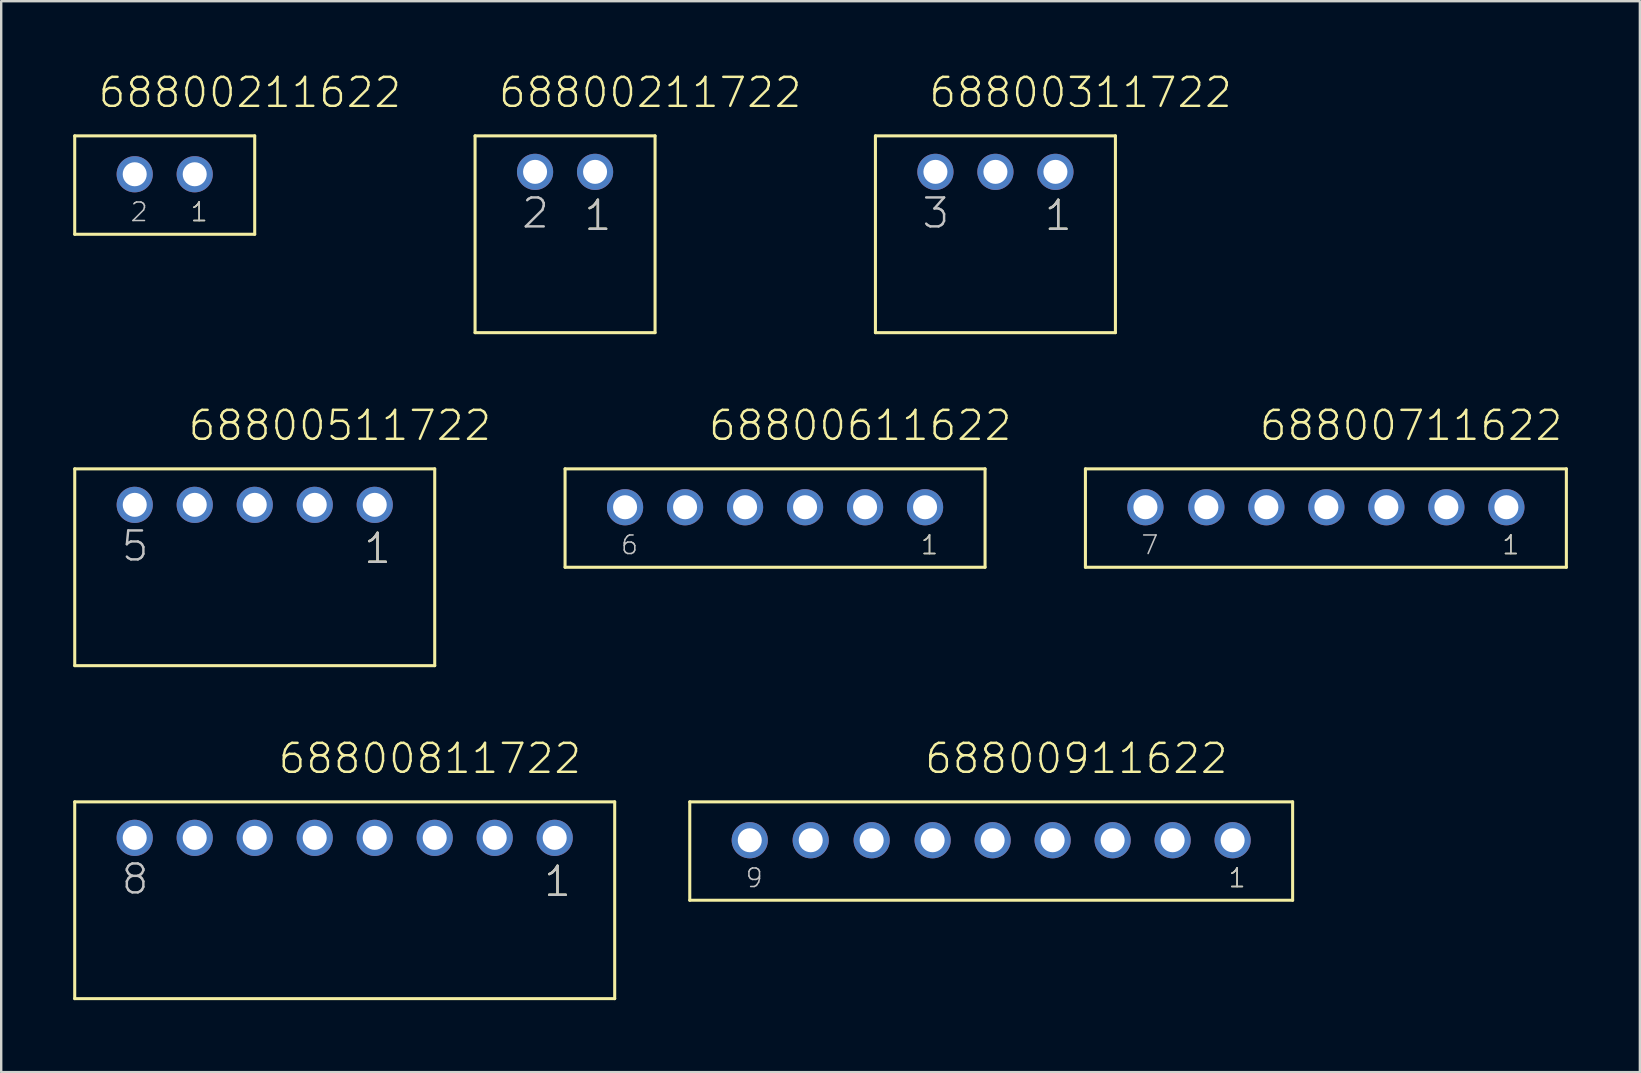
<source format=kicad_pcb>
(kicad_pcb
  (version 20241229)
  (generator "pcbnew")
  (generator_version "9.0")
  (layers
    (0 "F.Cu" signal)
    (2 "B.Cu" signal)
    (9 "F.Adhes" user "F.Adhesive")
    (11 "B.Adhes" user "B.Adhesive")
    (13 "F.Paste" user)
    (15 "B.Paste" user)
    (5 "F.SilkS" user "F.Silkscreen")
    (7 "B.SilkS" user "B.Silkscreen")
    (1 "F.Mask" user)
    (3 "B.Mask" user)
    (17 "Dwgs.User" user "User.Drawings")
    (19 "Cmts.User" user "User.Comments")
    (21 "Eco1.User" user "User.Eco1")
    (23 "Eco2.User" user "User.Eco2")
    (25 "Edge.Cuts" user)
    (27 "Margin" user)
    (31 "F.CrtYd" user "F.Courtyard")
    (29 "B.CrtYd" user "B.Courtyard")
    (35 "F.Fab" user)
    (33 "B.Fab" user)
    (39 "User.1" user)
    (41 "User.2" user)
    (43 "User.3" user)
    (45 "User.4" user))
  (footprint "68800711622"
    (layer "F.Cu")
    (at 52.197 18.086)
    (property "Reference" "68800711622" (at -2.835 -2.7 0) (layer "F.SilkS") (effects (font (size 1.206 1.206) (thickness 0.102)) (justify left bottom)))
    (attr through_hole)
    (fp_line (start -10.02 -1.6) (end 10.02 -1.6) (stroke (width 0.127) (type solid)) (layer "F.SilkS"))
    (fp_line (start -10.02 2.5) (end -10.02 -1.6) (stroke (width 0.127) (type solid)) (layer "F.SilkS"))
    (fp_line (start 10.02 -1.6) (end 10.02 2.5) (stroke (width 0.127) (type solid)) (layer "F.SilkS"))
    (fp_line (start 10.02 2.5) (end -10.02 2.5) (stroke (width 0.127) (type solid)) (layer "F.SilkS"))
    (fp_text user "1" (at 7.295 2.025 0) (layer "F.SilkS") (effects (font (size 0.772 0.772) (thickness 0.065)) (justify left bottom)))
    (fp_text user "7" (at -7.745 2.025 0) (layer "Dwgs.User") (effects (font (size 0.772 0.772) (thickness 0.065)) (justify left bottom)))
    (fp_text user "1" (at 7.295 2.025 0) (layer "Dwgs.User") (effects (font (size 0.772 0.772) (thickness 0.065)) (justify left bottom)))
    (pad "1" thru_hole circle (at 7.52 0) (size 1.508 1.508) (drill 1) (layers "*.Cu" "*.Mask"))
    (pad "2" thru_hole circle (at 5.02 0) (size 1.508 1.508) (drill 1) (layers "*.Cu" "*.Mask"))
    (pad "3" thru_hole circle (at 2.52 0) (size 1.508 1.508) (drill 1) (layers "*.Cu" "*.Mask"))
    (pad "4" thru_hole circle (at 0.02 0) (size 1.508 1.508) (drill 1) (layers "*.Cu" "*.Mask"))
    (pad "5" thru_hole circle (at -2.48 0) (size 1.508 1.508) (drill 1) (layers "*.Cu" "*.Mask"))
    (pad "6" thru_hole circle (at -4.98 0) (size 1.508 1.508) (drill 1) (layers "*.Cu" "*.Mask"))
    (pad "7" thru_hole circle (at -7.52 0) (size 1.508 1.508) (drill 1) (layers "*.Cu" "*.Mask")))
  (footprint "68800811722"
    (layer "F.Cu")
    (at 11.313 31.861)
    (property "Reference" "68800811722" (at -2.835 -2.6 0) (layer "F.SilkS") (effects (font (size 1.206 1.206) (thickness 0.102)) (justify left bottom)))
    (attr through_hole)
    (fp_line (start -11.25 -1.5) (end 11.25 -1.5) (stroke (width 0.127) (type solid)) (layer "F.SilkS"))
    (fp_line (start -11.25 6.7) (end -11.25 -1.5) (stroke (width 0.127) (type solid)) (layer "F.SilkS"))
    (fp_line (start 11.25 -1.5) (end 11.25 6.7) (stroke (width 0.127) (type solid)) (layer "F.SilkS"))
    (fp_line (start 11.25 6.7) (end -11.25 6.7) (stroke (width 0.127) (type solid)) (layer "F.SilkS"))
    (fp_text user "1" (at 8.225 2.525 0) (layer "F.SilkS") (effects (font (size 1.206 1.206) (thickness 0.102)) (justify left bottom)))
    (fp_text user "1" (at 8.225 2.525 0) (layer "Dwgs.User") (effects (font (size 1.206 1.206) (thickness 0.102)) (justify left bottom)))
    (fp_text user "8" (at -9.375 2.425 0) (layer "Dwgs.User") (effects (font (size 1.206 1.206) (thickness 0.102)) (justify left bottom)))
    (pad "1" thru_hole circle (at 8.75 0) (size 1.508 1.508) (drill 1) (layers "*.Cu" "*.Mask"))
    (pad "2" thru_hole circle (at 6.25 0) (size 1.508 1.508) (drill 1) (layers "*.Cu" "*.Mask"))
    (pad "3" thru_hole circle (at 3.75 0) (size 1.508 1.508) (drill 1) (layers "*.Cu" "*.Mask"))
    (pad "4" thru_hole circle (at 1.25 0) (size 1.508 1.508) (drill 1) (layers "*.Cu" "*.Mask"))
    (pad "5" thru_hole circle (at -1.25 0) (size 1.508 1.508) (drill 1) (layers "*.Cu" "*.Mask"))
    (pad "6" thru_hole circle (at -3.75 0) (size 1.508 1.508) (drill 1) (layers "*.Cu" "*.Mask"))
    (pad "7" thru_hole circle (at -6.25 0) (size 1.508 1.508) (drill 1) (layers "*.Cu" "*.Mask"))
    (pad "8" thru_hole circle (at -8.75 0) (size 1.508 1.508) (drill 1) (layers "*.Cu" "*.Mask")))
  (footprint "68800311722"
    (layer "F.Cu")
    (at 38.427 4.111)
    (property "Reference" "68800311722" (at -2.835 -2.6 0) (layer "F.SilkS") (effects (font (size 1.206 1.206) (thickness 0.102)) (justify left bottom)))
    (attr through_hole)
    (fp_line (start -5 -1.5) (end 5 -1.5) (stroke (width 0.127) (type solid)) (layer "F.SilkS"))
    (fp_line (start -5 6.7) (end -5 -1.5) (stroke (width 0.127) (type solid)) (layer "F.SilkS"))
    (fp_line (start 5 -1.5) (end 5 6.7) (stroke (width 0.127) (type solid)) (layer "F.SilkS"))
    (fp_line (start 5 6.7) (end -5 6.7) (stroke (width 0.127) (type solid)) (layer "F.SilkS"))
    (fp_text user "1" (at 1.975 2.525 0) (layer "F.SilkS") (effects (font (size 1.206 1.206) (thickness 0.102)) (justify left bottom)))
    (fp_text user "1" (at 1.975 2.525 0) (layer "Dwgs.User") (effects (font (size 1.206 1.206) (thickness 0.102)) (justify left bottom)))
    (fp_text user "3" (at -3.125 2.425 0) (layer "Dwgs.User") (effects (font (size 1.206 1.206) (thickness 0.102)) (justify left bottom)))
    (pad "1" thru_hole circle (at 2.5 0) (size 1.508 1.508) (drill 1) (layers "*.Cu" "*.Mask"))
    (pad "2" thru_hole circle (at 0 0) (size 1.508 1.508) (drill 1) (layers "*.Cu" "*.Mask"))
    (pad "3" thru_hole circle (at -2.5 0) (size 1.508 1.508) (drill 1) (layers "*.Cu" "*.Mask")))
  (footprint "68800511722"
    (layer "F.Cu")
    (at 7.564 17.986)
    (property "Reference" "68800511722" (at -2.835 -2.6 0) (layer "F.SilkS") (effects (font (size 1.206 1.206) (thickness 0.102)) (justify left bottom)))
    (attr through_hole)
    (fp_line (start -7.5 -1.5) (end 7.5 -1.5) (stroke (width 0.127) (type solid)) (layer "F.SilkS"))
    (fp_line (start -7.5 6.7) (end -7.5 -1.5) (stroke (width 0.127) (type solid)) (layer "F.SilkS"))
    (fp_line (start 7.5 -1.5) (end 7.5 6.7) (stroke (width 0.127) (type solid)) (layer "F.SilkS"))
    (fp_line (start 7.5 6.7) (end -7.5 6.7) (stroke (width 0.127) (type solid)) (layer "F.SilkS"))
    (fp_text user "1" (at 4.475 2.525 0) (layer "F.SilkS") (effects (font (size 1.206 1.206) (thickness 0.102)) (justify left bottom)))
    (fp_text user "5" (at -5.625 2.425 0) (layer "Dwgs.User") (effects (font (size 1.206 1.206) (thickness 0.102)) (justify left bottom)))
    (fp_text user "1" (at 4.475 2.525 0) (layer "Dwgs.User") (effects (font (size 1.206 1.206) (thickness 0.102)) (justify left bottom)))
    (pad "1" thru_hole circle (at 5 0) (size 1.508 1.508) (drill 1) (layers "*.Cu" "*.Mask"))
    (pad "2" thru_hole circle (at 2.5 0) (size 1.508 1.508) (drill 1) (layers "*.Cu" "*.Mask"))
    (pad "3" thru_hole circle (at 0 0) (size 1.508 1.508) (drill 1) (layers "*.Cu" "*.Mask"))
    (pad "4" thru_hole circle (at -2.5 0) (size 1.508 1.508) (drill 1) (layers "*.Cu" "*.Mask"))
    (pad "5" thru_hole circle (at -5 0) (size 1.508 1.508) (drill 1) (layers "*.Cu" "*.Mask")))
  (footprint "68800611622"
    (layer "F.Cu")
    (at 29.245 18.086)
    (property "Reference" "68800611622" (at -2.835 -2.7 0) (layer "F.SilkS") (effects (font (size 1.206 1.206) (thickness 0.102)) (justify left bottom)))
    (attr through_hole)
    (fp_line (start -8.75 -1.6) (end 8.75 -1.6) (stroke (width 0.127) (type solid)) (layer "F.SilkS"))
    (fp_line (start -8.75 2.5) (end -8.75 -1.6) (stroke (width 0.127) (type solid)) (layer "F.SilkS"))
    (fp_line (start 8.75 -1.6) (end 8.75 2.5) (stroke (width 0.127) (type solid)) (layer "F.SilkS"))
    (fp_line (start 8.75 2.5) (end -8.75 2.5) (stroke (width 0.127) (type solid)) (layer "F.SilkS"))
    (fp_text user "1" (at 6.025 2.025 0) (layer "F.SilkS") (effects (font (size 0.772 0.772) (thickness 0.065)) (justify left bottom)))
    (fp_text user "1" (at 6.025 2.025 0) (layer "Dwgs.User") (effects (font (size 0.772 0.772) (thickness 0.065)) (justify left bottom)))
    (fp_text user "6" (at -6.475 2.025 0) (layer "Dwgs.User") (effects (font (size 0.772 0.772) (thickness 0.065)) (justify left bottom)))
    (pad "1" thru_hole circle (at 6.25 0) (size 1.508 1.508) (drill 1) (layers "*.Cu" "*.Mask"))
    (pad "2" thru_hole circle (at 3.75 0) (size 1.508 1.508) (drill 1) (layers "*.Cu" "*.Mask"))
    (pad "3" thru_hole circle (at 1.25 0) (size 1.508 1.508) (drill 1) (layers "*.Cu" "*.Mask"))
    (pad "4" thru_hole circle (at -1.25 0) (size 1.508 1.508) (drill 1) (layers "*.Cu" "*.Mask"))
    (pad "5" thru_hole circle (at -3.75 0) (size 1.508 1.508) (drill 1) (layers "*.Cu" "*.Mask"))
    (pad "6" thru_hole circle (at -6.25 0) (size 1.508 1.508) (drill 1) (layers "*.Cu" "*.Mask")))
  (footprint "68800211622"
    (layer "F.Cu")
    (at 3.813 4.211)
    (property "Reference" "68800211622" (at -2.835 -2.7 0) (layer "F.SilkS") (effects (font (size 1.206 1.206) (thickness 0.102)) (justify left bottom)))
    (attr through_hole)
    (fp_line (start -3.75 -1.6) (end 3.75 -1.6) (stroke (width 0.127) (type solid)) (layer "F.SilkS"))
    (fp_line (start -3.75 2.5) (end -3.75 -1.6) (stroke (width 0.127) (type solid)) (layer "F.SilkS"))
    (fp_line (start 3.75 -1.6) (end 3.75 2.5) (stroke (width 0.127) (type solid)) (layer "F.SilkS"))
    (fp_line (start 3.75 2.5) (end -3.75 2.5) (stroke (width 0.127) (type solid)) (layer "F.SilkS"))
    (fp_text user "1" (at 1.025 2.025 0) (layer "F.SilkS") (effects (font (size 0.772 0.772) (thickness 0.065)) (justify left bottom)))
    (fp_text user "1" (at 1.025 2.025 0) (layer "Dwgs.User") (effects (font (size 0.772 0.772) (thickness 0.065)) (justify left bottom)))
    (fp_text user "2" (at -1.475 2.025 0) (layer "Dwgs.User") (effects (font (size 0.772 0.772) (thickness 0.065)) (justify left bottom)))
    (pad "1" thru_hole circle (at 1.25 0) (size 1.508 1.508) (drill 1) (layers "*.Cu" "*.Mask"))
    (pad "2" thru_hole circle (at -1.25 0) (size 1.508 1.508) (drill 1) (layers "*.Cu" "*.Mask")))
  (footprint "68800911622"
    (layer "F.Cu")
    (at 38.251 31.961)
    (property "Reference" "68800911622" (at -2.835 -2.7 0) (layer "F.SilkS") (effects (font (size 1.206 1.206) (thickness 0.102)) (justify left bottom)))
    (attr through_hole)
    (fp_line (start -12.56 -1.6) (end 12.56 -1.6) (stroke (width 0.127) (type solid)) (layer "F.SilkS"))
    (fp_line (start -12.56 2.5) (end -12.56 -1.6) (stroke (width 0.127) (type solid)) (layer "F.SilkS"))
    (fp_line (start 12.56 -1.6) (end 12.56 2.5) (stroke (width 0.127) (type solid)) (layer "F.SilkS"))
    (fp_line (start 12.56 2.5) (end -12.56 2.5) (stroke (width 0.127) (type solid)) (layer "F.SilkS"))
    (fp_text user "1" (at 9.835 2.025 0) (layer "F.SilkS") (effects (font (size 0.772 0.772) (thickness 0.065)) (justify left bottom)))
    (fp_text user "1" (at 9.835 2.025 0) (layer "Dwgs.User") (effects (font (size 0.772 0.772) (thickness 0.065)) (justify left bottom)))
    (fp_text user "9" (at -10.285 2.025 0) (layer "Dwgs.User") (effects (font (size 0.772 0.772) (thickness 0.065)) (justify left bottom)))
    (pad "1" thru_hole circle (at 10.06 0) (size 1.508 1.508) (drill 1) (layers "*.Cu" "*.Mask"))
    (pad "2" thru_hole circle (at 7.56 0) (size 1.508 1.508) (drill 1) (layers "*.Cu" "*.Mask"))
    (pad "3" thru_hole circle (at 5.06 0) (size 1.508 1.508) (drill 1) (layers "*.Cu" "*.Mask"))
    (pad "4" thru_hole circle (at 2.56 0) (size 1.508 1.508) (drill 1) (layers "*.Cu" "*.Mask"))
    (pad "5" thru_hole circle (at 0.06 0) (size 1.508 1.508) (drill 1) (layers "*.Cu" "*.Mask"))
    (pad "6" thru_hole circle (at -2.44 0) (size 1.508 1.508) (drill 1) (layers "*.Cu" "*.Mask"))
    (pad "7" thru_hole circle (at -4.98 0) (size 1.508 1.508) (drill 1) (layers "*.Cu" "*.Mask"))
    (pad "8" thru_hole circle (at -7.52 0) (size 1.508 1.508) (drill 1) (layers "*.Cu" "*.Mask"))
    (pad "9" thru_hole circle (at -10.06 0) (size 1.508 1.508) (drill 1) (layers "*.Cu" "*.Mask")))
  (footprint "68800211722"
    (layer "F.Cu")
    (at 20.495 4.111)
    (property "Reference" "68800211722" (at -2.835 -2.6 0) (layer "F.SilkS") (effects (font (size 1.206 1.206) (thickness 0.102)) (justify left bottom)))
    (attr through_hole)
    (fp_line (start -3.75 -1.5) (end 3.75 -1.5) (stroke (width 0.127) (type solid)) (layer "F.SilkS"))
    (fp_line (start -3.75 6.7) (end -3.75 -1.5) (stroke (width 0.127) (type solid)) (layer "F.SilkS"))
    (fp_line (start 3.75 -1.5) (end 3.75 6.7) (stroke (width 0.127) (type solid)) (layer "F.SilkS"))
    (fp_line (start 3.75 6.7) (end -3.75 6.7) (stroke (width 0.127) (type solid)) (layer "F.SilkS"))
    (fp_text user "1" (at 0.725 2.525 0) (layer "F.SilkS") (effects (font (size 1.206 1.206) (thickness 0.102)) (justify left bottom)))
    (fp_text user "1" (at 0.725 2.525 0) (layer "Dwgs.User") (effects (font (size 1.206 1.206) (thickness 0.102)) (justify left bottom)))
    (fp_text user "2" (at -1.875 2.425 0) (layer "Dwgs.User") (effects (font (size 1.206 1.206) (thickness 0.102)) (justify left bottom)))
    (pad "1" thru_hole circle (at 1.25 0) (size 1.508 1.508) (drill 1) (layers "*.Cu" "*.Mask"))
    (pad "2" thru_hole circle (at -1.25 0) (size 1.508 1.508) (drill 1) (layers "*.Cu" "*.Mask")))
  (gr_rect
    (start -3 -3)
    (end 65.28 41.624)
    (stroke (width 0.1) (type default))
    (fill no)
    (layer "Edge.Cuts")))
</source>
